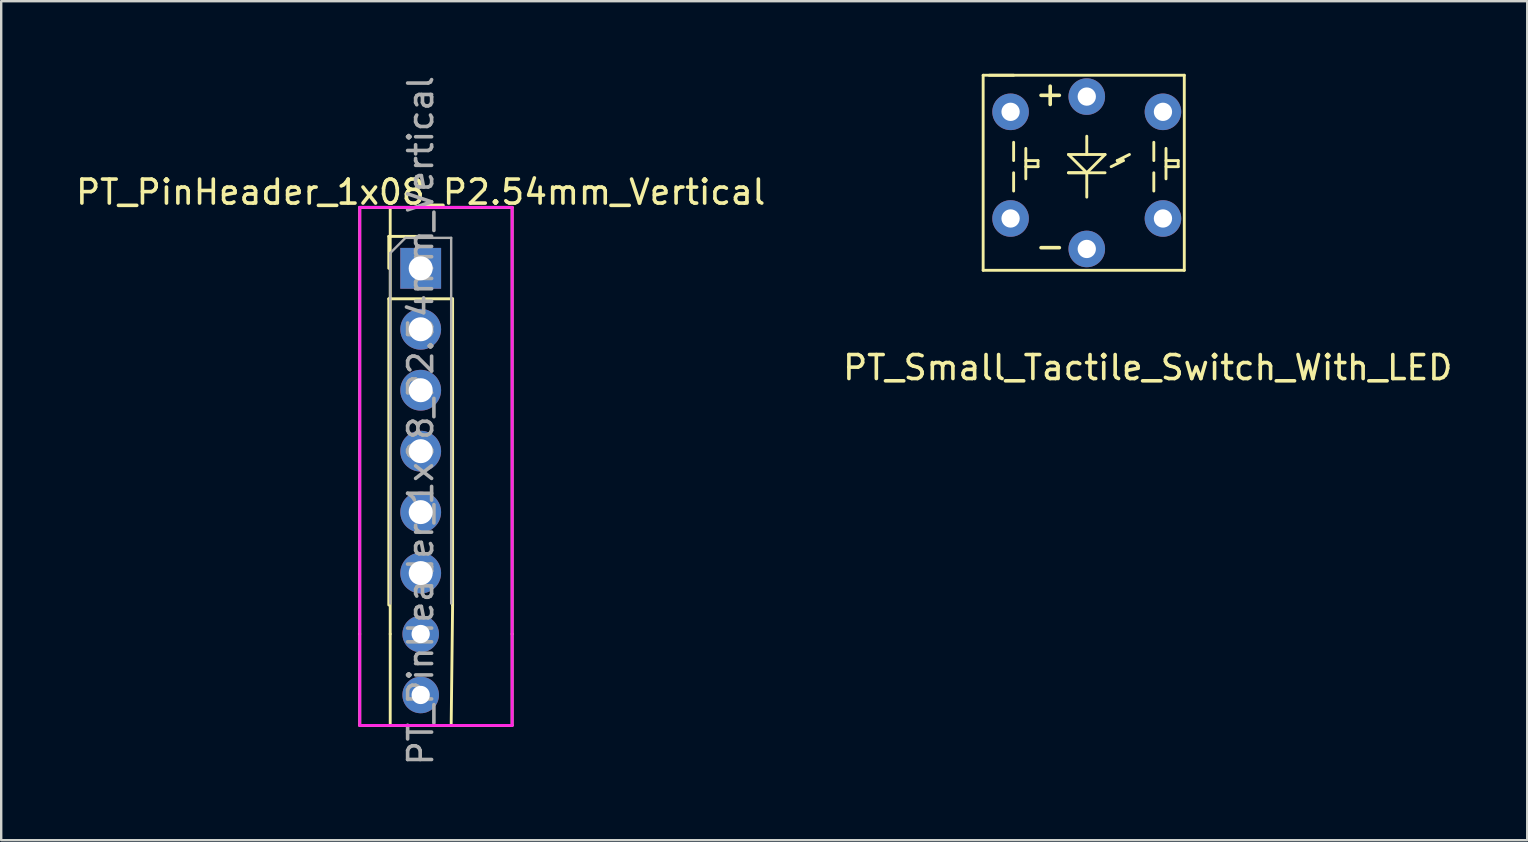
<source format=kicad_pcb>
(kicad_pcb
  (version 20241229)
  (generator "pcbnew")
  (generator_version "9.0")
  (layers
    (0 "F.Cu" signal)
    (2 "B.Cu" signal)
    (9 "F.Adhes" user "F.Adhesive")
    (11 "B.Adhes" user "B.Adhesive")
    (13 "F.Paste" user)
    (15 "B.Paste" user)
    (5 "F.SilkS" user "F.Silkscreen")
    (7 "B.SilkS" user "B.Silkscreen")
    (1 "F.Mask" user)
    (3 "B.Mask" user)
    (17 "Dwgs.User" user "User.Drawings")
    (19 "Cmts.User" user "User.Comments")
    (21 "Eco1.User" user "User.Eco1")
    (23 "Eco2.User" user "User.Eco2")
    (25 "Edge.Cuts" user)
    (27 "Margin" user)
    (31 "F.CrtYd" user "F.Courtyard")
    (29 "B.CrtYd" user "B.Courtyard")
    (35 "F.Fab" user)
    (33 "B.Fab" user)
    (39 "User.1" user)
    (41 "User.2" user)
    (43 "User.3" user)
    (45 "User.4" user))
  (footprint "PT_Small_Tactile_Switch_With_LED"
    (layer "F.Cu")
    (at 42.24 3.896)
    (property "Reference" "PT_Small_Tactile_Switch_With_LED" (at 2.54 8.374 0) (layer "F.SilkS") (effects (font (size 1 1) (thickness 0.15))))
    (attr through_hole)
    (fp_line (start -4.318 -3.81) (end -3.048 -3.81) (stroke (width 0.12) (type solid)) (layer "F.SilkS"))
    (fp_line (start -4.318 4.318) (end -4.318 -3.81) (stroke (width 0.12) (type solid)) (layer "F.SilkS"))
    (fp_line (start -4.064 -3.81) (end 4.064 -3.81) (stroke (width 0.12) (type solid)) (layer "F.SilkS"))
    (fp_line (start -3.048 -1.016) (end -3.048 -0.254) (stroke (width 0.12) (type solid)) (layer "F.SilkS"))
    (fp_line (start -3.048 0.254) (end -3.048 1.016) (stroke (width 0.12) (type solid)) (layer "F.SilkS"))
    (fp_line (start -2.54 -0.762) (end -2.54 0.508) (stroke (width 0.12) (type solid)) (layer "F.SilkS"))
    (fp_line (start -2.54 -0.254) (end -2.032 -0.254) (stroke (width 0.12) (type solid)) (layer "F.SilkS"))
    (fp_line (start -2.032 -0.254) (end -2.032 0) (stroke (width 0.12) (type solid)) (layer "F.SilkS"))
    (fp_line (start -2.032 0) (end -2.54 0) (stroke (width 0.12) (type solid)) (layer "F.SilkS"))
    (fp_line (start -0.762 -0.508) (end 0 -0.508) (stroke (width 0.12) (type solid)) (layer "F.SilkS"))
    (fp_line (start -0.762 0.254) (end 0 0.254) (stroke (width 0.12) (type solid)) (layer "F.SilkS"))
    (fp_line (start 0 -1.27) (end 0 -0.508) (stroke (width 0.12) (type solid)) (layer "F.SilkS"))
    (fp_line (start 0 -0.508) (end 0.762 -0.508) (stroke (width 0.12) (type solid)) (layer "F.SilkS"))
    (fp_line (start 0 0.254) (end -0.762 -0.508) (stroke (width 0.12) (type solid)) (layer "F.SilkS"))
    (fp_line (start 0 0.254) (end 0 1.27) (stroke (width 0.12) (type solid)) (layer "F.SilkS"))
    (fp_line (start 0.762 -0.508) (end 0 0.254) (stroke (width 0.12) (type solid)) (layer "F.SilkS"))
    (fp_line (start 0.762 0.254) (end -0.762 0.254) (stroke (width 0.12) (type solid)) (layer "F.SilkS"))
    (fp_line (start 1.27 -0.254) (end 1.524 -0.254) (stroke (width 0.12) (type solid)) (layer "F.SilkS"))
    (fp_line (start 1.524 -0.254) (end 1.016 0) (stroke (width 0.12) (type solid)) (layer "F.SilkS"))
    (fp_line (start 1.778 -0.508) (end 1.27 -0.254) (stroke (width 0.12) (type solid)) (layer "F.SilkS"))
    (fp_line (start 2.794 -1.016) (end 2.794 -0.254) (stroke (width 0.12) (type solid)) (layer "F.SilkS"))
    (fp_line (start 2.794 0.254) (end 2.794 1.016) (stroke (width 0.12) (type solid)) (layer "F.SilkS"))
    (fp_line (start 3.302 -0.762) (end 3.302 0.508) (stroke (width 0.12) (type solid)) (layer "F.SilkS"))
    (fp_line (start 3.302 -0.254) (end 3.81 -0.254) (stroke (width 0.12) (type solid)) (layer "F.SilkS"))
    (fp_line (start 3.81 -0.254) (end 3.81 0) (stroke (width 0.12) (type solid)) (layer "F.SilkS"))
    (fp_line (start 3.81 0) (end 3.302 0) (stroke (width 0.12) (type solid)) (layer "F.SilkS"))
    (fp_line (start 4.064 -3.81) (end 4.064 4.318) (stroke (width 0.12) (type solid)) (layer "F.SilkS"))
    (fp_line (start 4.064 4.318) (end -4.318 4.318) (stroke (width 0.12) (type solid)) (layer "F.SilkS"))
    (fp_text user "-" (at -1.524 3.302 0) (layer "F.SilkS") (effects (font (size 1 1) (thickness 0.15))))
    (fp_text user "+" (at -1.524 -3.048 0) (layer "F.SilkS") (effects (font (size 1 1) (thickness 0.15))))
    (pad "1" thru_hole circle (at -3.175 -2.286) (size 1.524 1.524) (drill 0.762) (layers "*.Cu" "*.Mask"))
    (pad "2" thru_hole circle (at 3.175 -2.286) (size 1.524 1.524) (drill 0.762) (layers "*.Cu" "*.Mask"))
    (pad "3" thru_hole circle (at -3.175 2.159) (size 1.524 1.524) (drill 0.762) (layers "*.Cu" "*.Mask"))
    (pad "4" thru_hole circle (at 3.175 2.159) (size 1.524 1.524) (drill 0.762) (layers "*.Cu" "*.Mask"))
    (pad "5" thru_hole circle (at 0 -2.921) (size 1.524 1.524) (drill 0.762) (layers "*.Cu" "*.Mask"))
    (pad "6" thru_hole circle (at 0 3.429) (size 1.524 1.524) (drill 0.762) (layers "*.Cu" "*.Mask")))
  (footprint "PT_PinHeader_1x08_P2.54mm_Vertical"
    (layer "F.Cu")
    (at 14.482 8.132)
    (property "Reference" "PT_PinHeader_1x08_P2.54mm_Vertical" (at 0 -3.175 0) (layer "F.SilkS") (effects (font (size 1 1) (thickness 0.15))))
    (attr through_hole)
    (fp_line (start -2.54 -2.54) (end -2.54 15.24) (stroke (width 0.12) (type solid)) (layer "F.SilkS"))
    (fp_line (start -2.54 19.05) (end -2.54 15.24) (stroke (width 0.12) (type solid)) (layer "F.SilkS"))
    (fp_line (start -1.33 -1.33) (end 0 -1.33) (stroke (width 0.12) (type solid)) (layer "F.SilkS"))
    (fp_line (start -1.33 0) (end -1.33 -1.33) (stroke (width 0.12) (type solid)) (layer "F.SilkS"))
    (fp_line (start -1.33 1.27) (end -1.33 14.03) (stroke (width 0.12) (type solid)) (layer "F.SilkS"))
    (fp_line (start -1.33 1.27) (end 1.33 1.27) (stroke (width 0.12) (type solid)) (layer "F.SilkS"))
    (fp_line (start -1.27 -2.54) (end -1.27 15.24) (stroke (width 0.12) (type solid)) (layer "F.SilkS"))
    (fp_line (start -1.27 15.24) (end -1.27 19.05) (stroke (width 0.12) (type solid)) (layer "F.SilkS"))
    (fp_line (start 1.33 1.27) (end 1.33 14.03) (stroke (width 0.12) (type solid)) (layer "F.SilkS"))
    (fp_line (start 1.33 14.03) (end 1.27 19.05) (stroke (width 0.12) (type solid)) (layer "F.SilkS"))
    (fp_line (start 2.54 -2.54) (end -2.54 -2.54) (stroke (width 0.12) (type solid)) (layer "F.SilkS"))
    (fp_line (start 2.54 -2.54) (end 3.81 -2.54) (stroke (width 0.12) (type solid)) (layer "F.SilkS"))
    (fp_line (start 3.81 -2.54) (end 3.81 15.24) (stroke (width 0.12) (type solid)) (layer "F.SilkS"))
    (fp_line (start 3.81 15.24) (end 3.81 19.05) (stroke (width 0.12) (type solid)) (layer "F.SilkS"))
    (fp_line (start 3.81 19.05) (end -2.54 19.05) (stroke (width 0.12) (type solid)) (layer "F.SilkS"))
    (fp_line (start -2.54 -2.54) (end 3.81 -2.54) (stroke (width 0.12) (type solid)) (layer "F.CrtYd"))
    (fp_line (start -2.54 19.05) (end -2.54 -2.54) (stroke (width 0.12) (type solid)) (layer "F.CrtYd"))
    (fp_line (start 3.81 -2.54) (end 3.81 19.05) (stroke (width 0.12) (type solid)) (layer "F.CrtYd"))
    (fp_line (start 3.81 19.05) (end -2.54 19.05) (stroke (width 0.12) (type solid)) (layer "F.CrtYd"))
    (fp_line (start -1.27 -0.635) (end -0.635 -1.27) (stroke (width 0.1) (type solid)) (layer "F.Fab"))
    (fp_line (start -1.27 13.97) (end -1.27 -0.635) (stroke (width 0.1) (type solid)) (layer "F.Fab"))
    (fp_line (start -0.635 -1.27) (end 1.27 -1.27) (stroke (width 0.1) (type solid)) (layer "F.Fab"))
    (fp_line (start 1.27 -1.27) (end 1.27 13.97) (stroke (width 0.1) (type solid)) (layer "F.Fab"))
    (fp_text user "${REFERENCE}" (at 0 6.35 270) (layer "F.Fab") (effects (font (size 1 1) (thickness 0.15))))
    (pad "1" thru_hole rect (at 0 0) (size 1.7 1.7) (drill 1) (layers "*.Cu" "*.Mask"))
    (pad "2" thru_hole oval (at 0 2.54) (size 1.7 1.7) (drill 1) (layers "*.Cu" "*.Mask"))
    (pad "3" thru_hole oval (at 0 5.08) (size 1.7 1.7) (drill 1) (layers "*.Cu" "*.Mask"))
    (pad "4" thru_hole oval (at 0 7.62) (size 1.7 1.7) (drill 1) (layers "*.Cu" "*.Mask"))
    (pad "5" thru_hole oval (at 0 10.16) (size 1.7 1.7) (drill 1) (layers "*.Cu" "*.Mask"))
    (pad "6" thru_hole oval (at 0 12.7) (size 1.7 1.7) (drill 1) (layers "*.Cu" "*.Mask"))
    (pad "7" thru_hole circle (at 0 15.24) (size 1.524 1.524) (drill 0.762) (layers "*.Cu" "*.Mask"))
    (pad "8" thru_hole circle (at 0 17.78) (size 1.524 1.524) (drill 0.762) (layers "*.Cu" "*.Mask")))
  (gr_rect
    (start -3 -3)
    (end 60.595 31.964)
    (stroke (width 0.1) (type default))
    (fill no)
    (layer "Edge.Cuts")))
</source>
